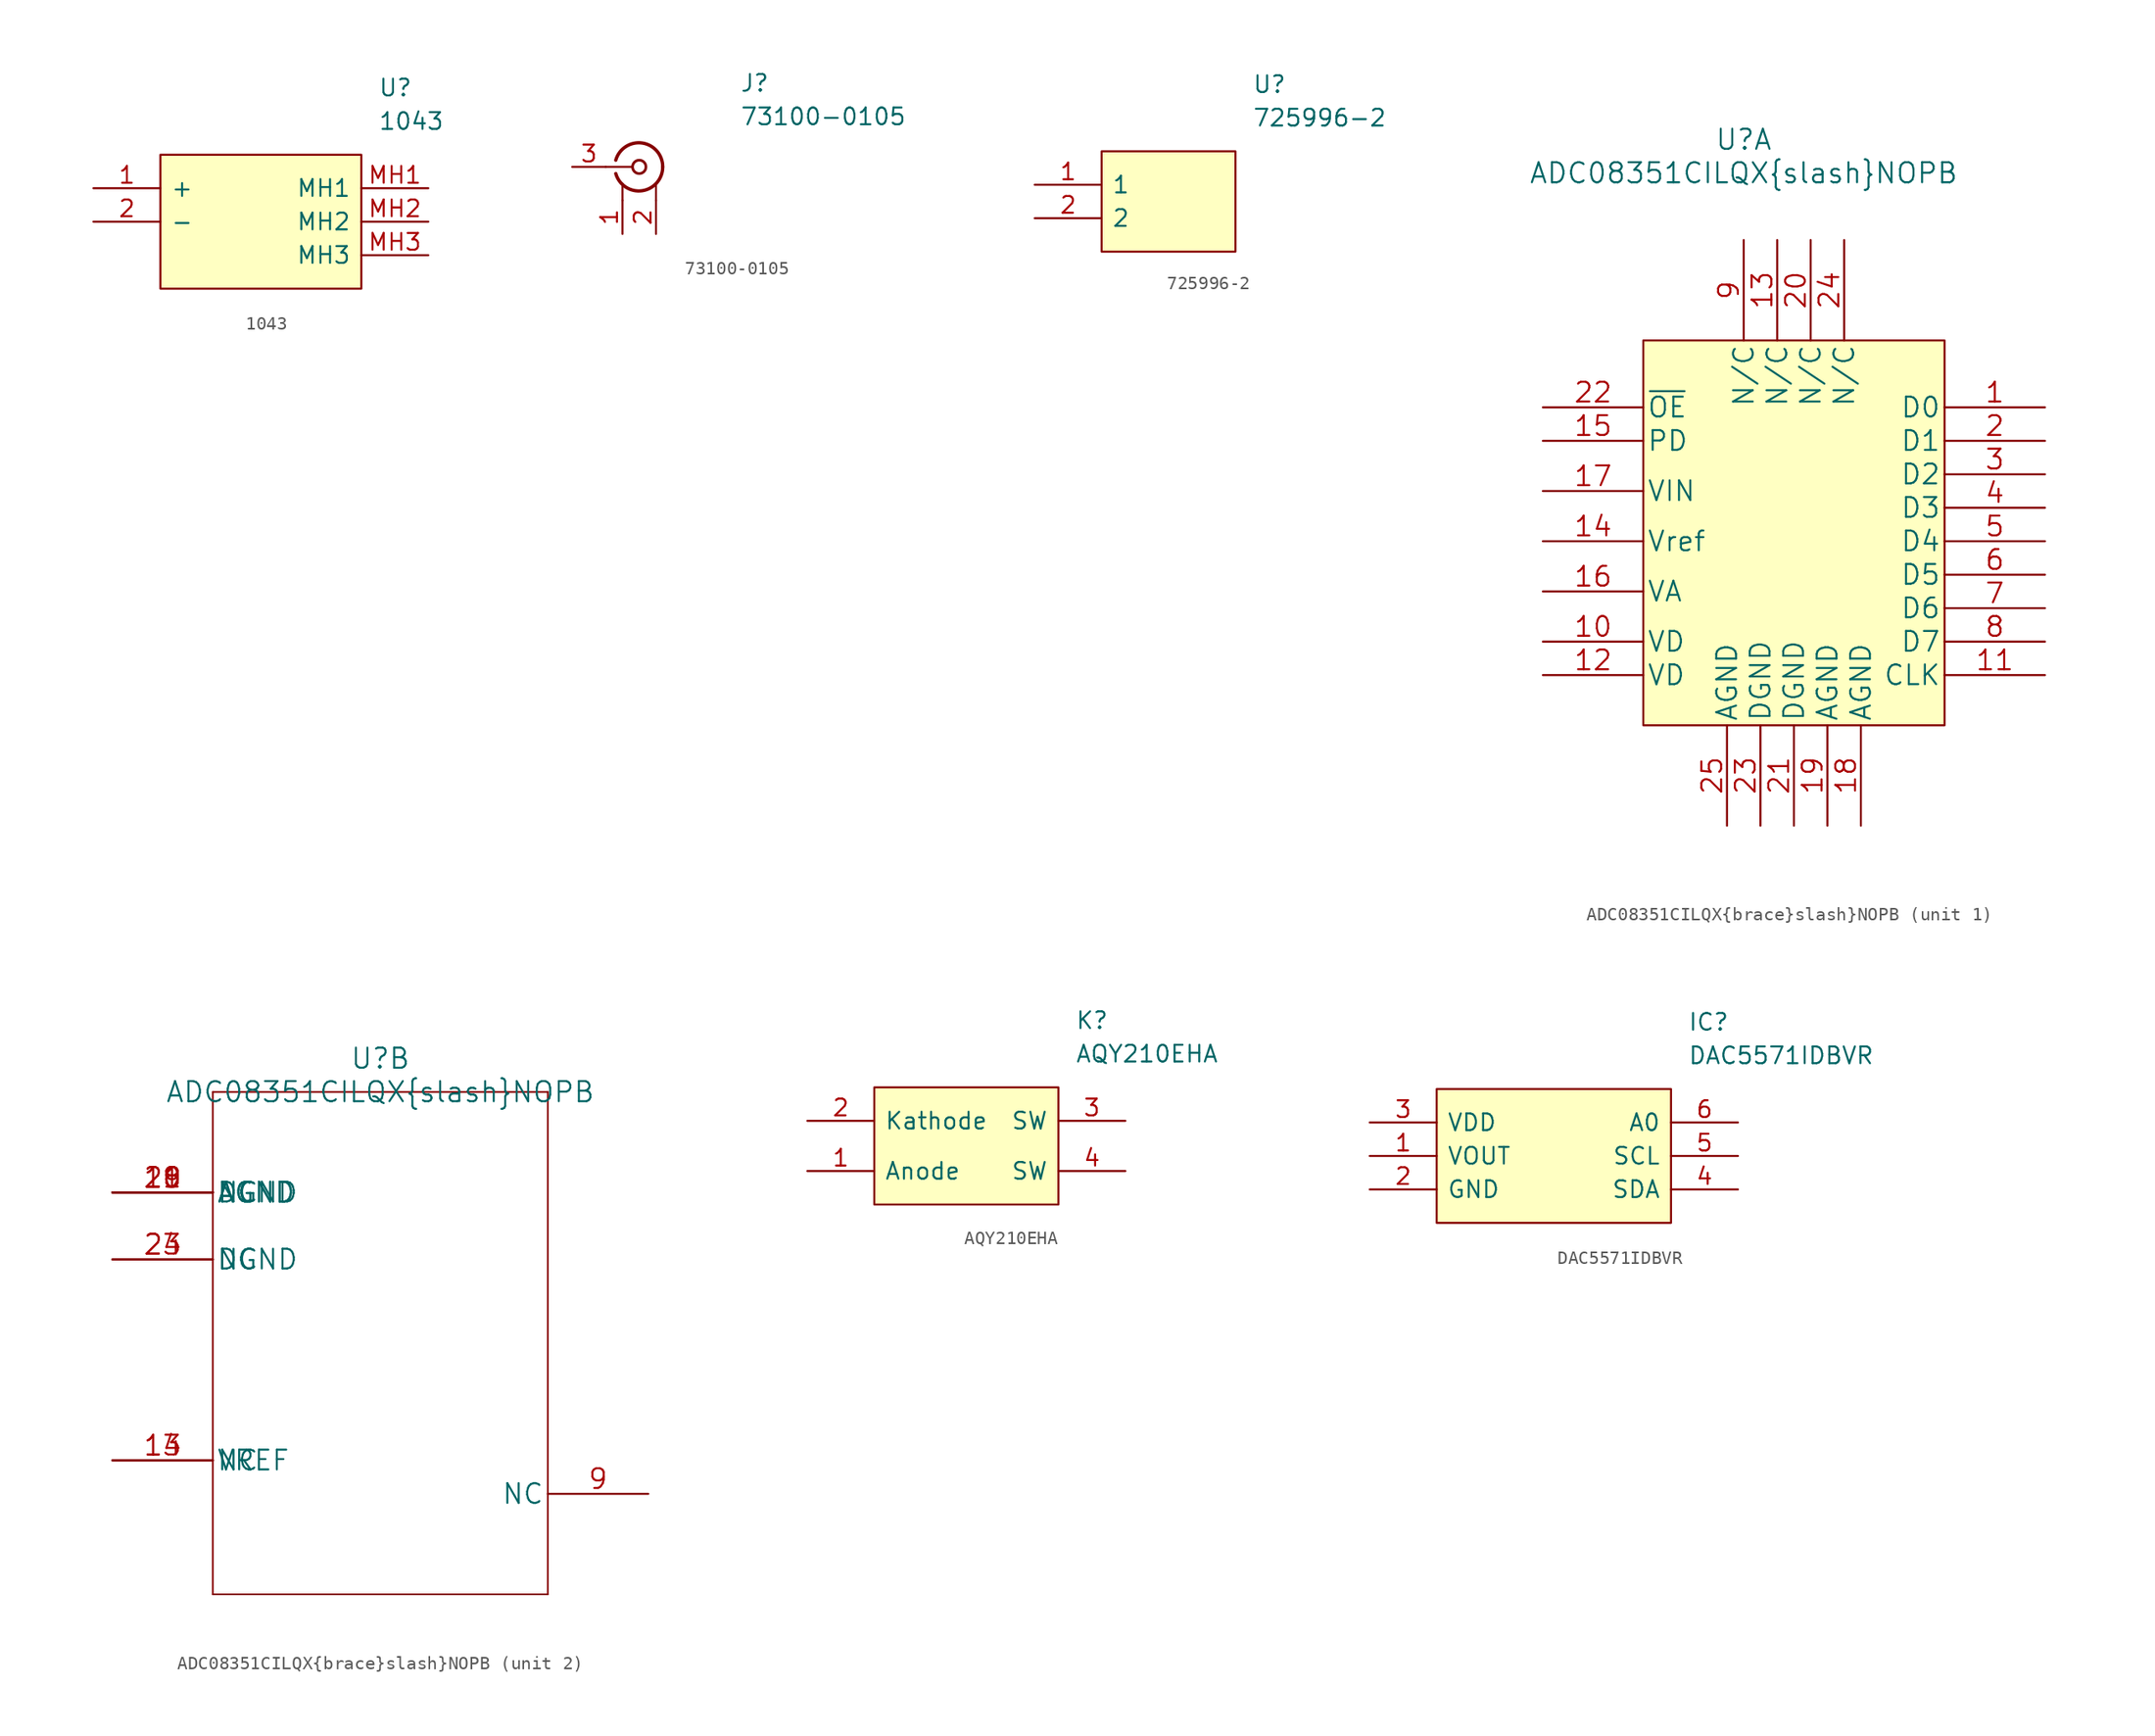
<source format=kicad_sym>
(kicad_symbol_lib
  (version 20211014)
  (generator kicad_symbol_editor)
  (symbol "1043"
    (pin_names
      (offset 0.762))
    (property "Reference" "U"
      (at 21.59 7.62 0)
      (effects (font (size 1.27 1.27)) (justify left)))
    (property "Value" "1043"
      (at 21.59 5.08 0)
      (effects (font (size 1.27 1.27)) (justify left)))
    (symbol "1043_0_0"
      (pin passive line (at 0 0 0) (length 5.08) (name "+" (effects (font (size 1.27 1.27)))) (number "1" (effects (font (size 1.27 1.27)))))
      (pin passive line (at 0 -2.54 0) (length 5.08) (name "-" (effects (font (size 1.27 1.27)))) (number "2" (effects (font (size 1.27 1.27)))))
      (pin free line (at 25.4 0 180) (length 5.08) (name "MH1" (effects (font (size 1.27 1.27)))) (number "MH1" (effects (font (size 1.27 1.27)))))
      (pin free line (at 25.4 -2.54 180) (length 5.08) (name "MH2" (effects (font (size 1.27 1.27)))) (number "MH2" (effects (font (size 1.27 1.27)))))
      (pin free line (at 25.4 -5.08 180) (length 5.08) (name "MH3" (effects (font (size 1.27 1.27)))) (number "MH3" (effects (font (size 1.27 1.27))))))
    (symbol "1043_0_1"
      (polyline (pts (xy 5.08 2.54) (xy 20.32 2.54) (xy 20.32 -7.62) (xy 5.08 -7.62) (xy 5.08 2.54)) (stroke (width 0.152) (type default) (color 0 0 0 0)) (fill (type background)))))
  (symbol "73100-0105"
    (pin_names
      (offset 0.762))
    (property "Reference" "J"
      (at 16.51 7.62 0)
      (effects (font (size 1.27 1.27)) (justify left)))
    (property "Value" "73100-0105"
      (at 16.51 5.08 0)
      (effects (font (size 1.27 1.27)) (justify left)))
    (symbol "73100-0105_0_1"
      (polyline (pts (xy 6.35 1.27) (xy 8.382 1.27)) (stroke (width 0) (type default) (color 0 0 0 0)) (fill (type none)))
      (polyline (pts (xy 7.62 0) (xy 7.62 -1.27)) (stroke (width 0) (type default) (color 0 0 0 0)) (fill (type none)))
      (polyline (pts (xy 10.16 0) (xy 10.16 -1.27)) (stroke (width 0) (type default) (color 0 0 0 0)) (fill (type none)))
      (arc (start 7.112 0.762) (mid 9.112 -0.538) (end 10.668 1.27) (stroke (width 0.254) (type default) (color 0 0 0 0)) (fill (type none)))
      (circle (center 8.89 1.27) (radius 0.508) (stroke (width 0.203) (type default) (color 0 0 0 0)) (fill (type none)))
      (arc (start 10.668 1.27) (mid 9.1121 3.0783) (end 7.112 1.778) (stroke (width 0.254) (type default) (color 0 0 0 0)) (fill (type none))))
    (symbol "73100-0105_1_1"
      (pin passive line (at 7.62 -3.81 90) (length 2.54) (name "" (effects (font (size 1.27 1.27)))) (number "1" (effects (font (size 1.27 1.27)))))
      (pin passive line (at 10.16 -3.81 90) (length 2.54) (name "" (effects (font (size 1.27 1.27)))) (number "2" (effects (font (size 1.27 1.27)))))
      (pin passive line (at 3.81 1.27 0) (length 2.54) (name "" (effects (font (size 1.27 1.27)))) (number "3" (effects (font (size 1.27 1.27)))))))
  (symbol "725996-2"
    (pin_names
      (offset 0.762))
    (property "Reference" "U"
      (at 16.51 7.62 0)
      (effects (font (size 1.27 1.27)) (justify left)))
    (property "Value" "725996-2"
      (at 16.51 5.08 0)
      (effects (font (size 1.27 1.27)) (justify left)))
    (symbol "725996-2_0_0"
      (pin passive line (at 0 0 0) (length 5.08) (name "1" (effects (font (size 1.27 1.27)))) (number "1" (effects (font (size 1.27 1.27)))))
      (pin passive line (at 0 -2.54 0) (length 5.08) (name "2" (effects (font (size 1.27 1.27)))) (number "2" (effects (font (size 1.27 1.27))))))
    (symbol "725996-2_0_1"
      (polyline (pts (xy 5.08 2.54) (xy 15.24 2.54) (xy 15.24 -5.08) (xy 5.08 -5.08) (xy 5.08 2.54)) (stroke (width 0.152) (type default) (color 0 0 0 0)) (fill (type background)))))
  (symbol "ADC08351CILQX{brace}slash}NOPB"
    (pin_names
      (offset 0.254))
    (property "Reference" "U"
      (at 20.32 10.16 0)
      (effects (font (size 1.524 1.524))))
    (property "Value" "ADC08351CILQX{brace}slash}NOPB"
      (at 20.32 7.62 0)
      (effects (font (size 1.524 1.524))))
    (property "Datasheet" ""
      (at 5.08 -20.32 0)
      (effects (font (size 1.524 1.524))))
    (symbol "ADC08351CILQX{brace}slash}NOPB_1_1"
      (rectangle (start 12.7 -5.08) (end 35.56 -34.29) (stroke (width 0) (type default) (color 0 0 0 0)) (fill (type background)))
      (pin output line (at 43.18 -10.16 180) (length 7.62) (name "D0" (effects (font (size 1.499 1.499)))) (number "1" (effects (font (size 1.499 1.499)))))
      (pin passive line (at 5.08 -27.94 0) (length 7.62) (name "VD" (effects (font (size 1.499 1.499)))) (number "10" (effects (font (size 1.499 1.499)))))
      (pin input line (at 43.18 -30.48 180) (length 7.62) (name "CLK" (effects (font (size 1.499 1.499)))) (number "11" (effects (font (size 1.499 1.499)))))
      (pin passive line (at 5.08 -30.48 0) (length 7.62) (name "VD" (effects (font (size 1.499 1.499)))) (number "12" (effects (font (size 1.499 1.499)))))
      (pin free line (at 22.86 2.54 270) (length 7.62) (name "N/C" (effects (font (size 1.499 1.499)))) (number "13" (effects (font (size 1.499 1.499)))))
      (pin input line (at 5.08 -20.32 0) (length 7.62) (name "Vref" (effects (font (size 1.499 1.499)))) (number "14" (effects (font (size 1.499 1.499)))))
      (pin passive line (at 5.08 -12.7 0) (length 7.62) (name "PD" (effects (font (size 1.499 1.499)))) (number "15" (effects (font (size 1.499 1.499)))))
      (pin passive line (at 5.08 -24.13 0) (length 7.62) (name "VA" (effects (font (size 1.499 1.499)))) (number "16" (effects (font (size 1.499 1.499)))))
      (pin input line (at 5.08 -16.51 0) (length 7.62) (name "VIN" (effects (font (size 1.499 1.499)))) (number "17" (effects (font (size 1.499 1.499)))))
      (pin passive line (at 29.21 -41.91 90) (length 7.62) (name "AGND" (effects (font (size 1.499 1.499)))) (number "18" (effects (font (size 1.499 1.499)))))
      (pin passive line (at 26.67 -41.91 90) (length 7.62) (name "AGND" (effects (font (size 1.499 1.499)))) (number "19" (effects (font (size 1.499 1.499)))))
      (pin output line (at 43.18 -12.7 180) (length 7.62) (name "D1" (effects (font (size 1.499 1.499)))) (number "2" (effects (font (size 1.499 1.499)))))
      (pin free line (at 25.4 2.54 270) (length 7.62) (name "N/C" (effects (font (size 1.499 1.499)))) (number "20" (effects (font (size 1.499 1.499)))))
      (pin passive line (at 24.13 -41.91 90) (length 7.62) (name "DGND" (effects (font (size 1.499 1.499)))) (number "21" (effects (font (size 1.499 1.499)))))
      (pin passive line (at 5.08 -10.16 0) (length 7.62) (name "~{OE}" (effects (font (size 1.499 1.499)))) (number "22" (effects (font (size 1.499 1.499)))))
      (pin passive line (at 21.59 -41.91 90) (length 7.62) (name "DGND" (effects (font (size 1.499 1.499)))) (number "23" (effects (font (size 1.499 1.499)))))
      (pin free line (at 27.94 2.54 270) (length 7.62) (name "N/C" (effects (font (size 1.499 1.499)))) (number "24" (effects (font (size 1.499 1.499)))))
      (pin passive line (at 19.05 -41.91 90) (length 7.62) (name "AGND" (effects (font (size 1.499 1.499)))) (number "25" (effects (font (size 1.499 1.499)))))
      (pin output line (at 43.18 -15.24 180) (length 7.62) (name "D2" (effects (font (size 1.499 1.499)))) (number "3" (effects (font (size 1.499 1.499)))))
      (pin output line (at 43.18 -17.78 180) (length 7.62) (name "D3" (effects (font (size 1.499 1.499)))) (number "4" (effects (font (size 1.499 1.499)))))
      (pin output line (at 43.18 -20.32 180) (length 7.62) (name "D4" (effects (font (size 1.499 1.499)))) (number "5" (effects (font (size 1.499 1.499)))))
      (pin output line (at 43.18 -22.86 180) (length 7.62) (name "D5" (effects (font (size 1.499 1.499)))) (number "6" (effects (font (size 1.499 1.499)))))
      (pin output line (at 43.18 -25.4 180) (length 7.62) (name "D6" (effects (font (size 1.499 1.499)))) (number "7" (effects (font (size 1.499 1.499)))))
      (pin output line (at 43.18 -27.94 180) (length 7.62) (name "D7" (effects (font (size 1.499 1.499)))) (number "8" (effects (font (size 1.499 1.499)))))
      (pin free line (at 20.32 2.54 270) (length 7.62) (name "N/C" (effects (font (size 1.499 1.499)))) (number "9" (effects (font (size 1.499 1.499))))))
    (symbol "ADC08351CILQX{brace}slash}NOPB_2_1"
      (polyline (pts (xy 7.62 -30.48) (xy 33.02 -30.48)) (stroke (width 0.127) (type default) (color 0 0 0 0)) (fill (type none)))
      (polyline (pts (xy 7.62 7.62) (xy 7.62 -30.48)) (stroke (width 0.127) (type default) (color 0 0 0 0)) (fill (type none)))
      (polyline (pts (xy 33.02 -30.48) (xy 33.02 7.62)) (stroke (width 0.127) (type default) (color 0 0 0 0)) (fill (type none)))
      (polyline (pts (xy 33.02 7.62) (xy 7.62 7.62)) (stroke (width 0.127) (type default) (color 0 0 0 0)) (fill (type none)))
      (pin passive line (at 0 -20.32 0) (length 7.62) (name "NC" (effects (font (size 1.499 1.499)))) (number "13" (effects (font (size 1.499 1.499)))))
      (pin passive line (at 0 -20.32 0) (length 7.62) (name "VREF" (effects (font (size 1.499 1.499)))) (number "14" (effects (font (size 1.499 1.499)))))
      (pin passive line (at 0 0 0) (length 7.62) (name "AGND" (effects (font (size 1.499 1.499)))) (number "18" (effects (font (size 1.499 1.499)))))
      (pin passive line (at 0 0 0) (length 7.62) (name "AGND" (effects (font (size 1.499 1.499)))) (number "19" (effects (font (size 1.499 1.499)))))
      (pin passive line (at 0 0 0) (length 7.62) (name "NC" (effects (font (size 1.499 1.499)))) (number "20" (effects (font (size 1.499 1.499)))))
      (pin passive line (at 0 0 0) (length 7.62) (name "DGND" (effects (font (size 1.499 1.499)))) (number "21" (effects (font (size 1.499 1.499)))))
      (pin passive line (at 0 -5.08 0) (length 7.62) (name "DGND" (effects (font (size 1.499 1.499)))) (number "23" (effects (font (size 1.499 1.499)))))
      (pin passive line (at 0 -5.08 0) (length 7.62) (name "NC" (effects (font (size 1.499 1.499)))) (number "24" (effects (font (size 1.499 1.499)))))
      (pin passive line (at 40.64 -22.86 180) (length 7.62) (name "NC" (effects (font (size 1.499 1.499)))) (number "9" (effects (font (size 1.499 1.499)))))))
  (symbol "AQY210EHA"
    (pin_names
      (offset 0.762))
    (property "Reference" "K"
      (at 16.51 7.62 0)
      (effects (font (size 1.27 1.27)) (justify left)))
    (property "Value" "AQY210EHA"
      (at 16.51 5.08 0)
      (effects (font (size 1.27 1.27)) (justify left)))
    (symbol "AQY210EHA_0_0"
      (pin passive line (at -3.81 -3.81 0) (length 5.08) (name "Anode" (effects (font (size 1.27 1.27)))) (number "1" (effects (font (size 1.27 1.27)))))
      (pin passive line (at -3.81 0 0) (length 5.08) (name "Kathode" (effects (font (size 1.27 1.27)))) (number "2" (effects (font (size 1.27 1.27)))))
      (pin passive line (at 20.32 0 180) (length 5.08) (name "SW" (effects (font (size 1.27 1.27)))) (number "3" (effects (font (size 1.27 1.27)))))
      (pin passive line (at 20.32 -3.81 180) (length 5.08) (name "SW" (effects (font (size 1.27 1.27)))) (number "4" (effects (font (size 1.27 1.27))))))
    (symbol "AQY210EHA_0_1"
      (polyline (pts (xy 1.27 2.54) (xy 15.24 2.54) (xy 15.24 -6.35) (xy 1.27 -6.35) (xy 1.27 2.54)) (stroke (width 0.152) (type default) (color 0 0 0 0)) (fill (type background)))))
  (symbol "DAC5571IDBVR"
    (pin_names
      (offset 0.762))
    (property "Reference" "IC"
      (at 24.13 7.62 0)
      (effects (font (size 1.27 1.27)) (justify left)))
    (property "Value" "DAC5571IDBVR"
      (at 24.13 5.08 0)
      (effects (font (size 1.27 1.27)) (justify left)))
    (symbol "DAC5571IDBVR_0_0"
      (pin passive line (at 0 -2.54 0) (length 5.08) (name "VOUT" (effects (font (size 1.27 1.27)))) (number "1" (effects (font (size 1.27 1.27)))))
      (pin passive line (at 0 -5.08 0) (length 5.08) (name "GND" (effects (font (size 1.27 1.27)))) (number "2" (effects (font (size 1.27 1.27)))))
      (pin passive line (at 0 0 0) (length 5.08) (name "VDD" (effects (font (size 1.27 1.27)))) (number "3" (effects (font (size 1.27 1.27)))))
      (pin passive line (at 27.94 -5.08 180) (length 5.08) (name "SDA" (effects (font (size 1.27 1.27)))) (number "4" (effects (font (size 1.27 1.27)))))
      (pin passive line (at 27.94 -2.54 180) (length 5.08) (name "SCL" (effects (font (size 1.27 1.27)))) (number "5" (effects (font (size 1.27 1.27)))))
      (pin passive line (at 27.94 0 180) (length 5.08) (name "A0" (effects (font (size 1.27 1.27)))) (number "6" (effects (font (size 1.27 1.27))))))
    (symbol "DAC5571IDBVR_0_1"
      (polyline (pts (xy 5.08 2.54) (xy 22.86 2.54) (xy 22.86 -7.62) (xy 5.08 -7.62) (xy 5.08 2.54)) (stroke (width 0.152) (type default) (color 0 0 0 0)) (fill (type background))))))
</source>
